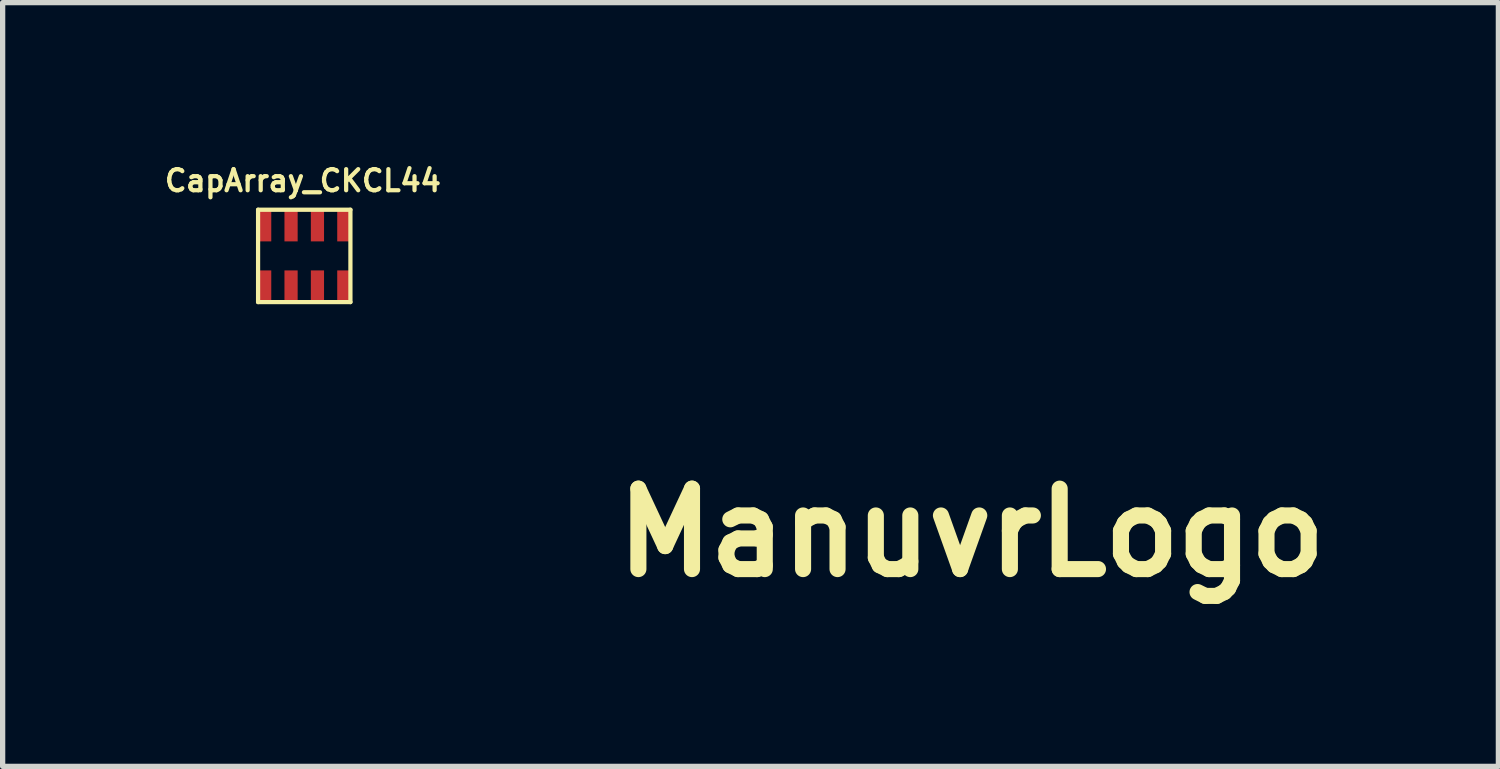
<source format=kicad_pcb>
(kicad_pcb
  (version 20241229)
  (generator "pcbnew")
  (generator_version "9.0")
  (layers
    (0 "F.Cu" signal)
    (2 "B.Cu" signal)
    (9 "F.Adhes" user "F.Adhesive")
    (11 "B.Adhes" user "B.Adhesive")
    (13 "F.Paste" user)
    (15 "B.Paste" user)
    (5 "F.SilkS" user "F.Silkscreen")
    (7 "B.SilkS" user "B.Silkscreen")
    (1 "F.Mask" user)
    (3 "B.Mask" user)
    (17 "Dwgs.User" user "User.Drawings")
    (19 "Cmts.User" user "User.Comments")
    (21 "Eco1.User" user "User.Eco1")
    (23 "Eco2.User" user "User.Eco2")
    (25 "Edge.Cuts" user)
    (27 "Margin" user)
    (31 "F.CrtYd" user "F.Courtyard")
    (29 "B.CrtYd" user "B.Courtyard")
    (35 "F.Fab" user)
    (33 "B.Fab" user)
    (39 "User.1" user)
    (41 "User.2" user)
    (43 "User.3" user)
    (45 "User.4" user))
  (footprint "ManuvrLogo"
    (layer "F.Cu")
    (at 15.36 3.369)
    (property "Reference" "ManuvrLogo" (at 0 3.675 0) (layer "F.SilkS") (effects (font (size 1.524 1.524) (thickness 0.305))))
    (attr through_hole)
    (fp_poly (pts (xy 0.584 -1.001) (xy 0.544 -0.998) (xy 0.429 -0.983) (xy 0.323 -0.965) (xy 0.226 -0.945) (xy 0.135 -0.922) (xy 0.122 -0.917) (xy 0.086 -0.907) (xy 0.051 -0.899) (xy 0.02 -0.892) (xy 0 -0.889) (xy -0.036 -0.886) (xy -0.033 -2.014) (xy -0.03 -3.142) (xy -0.015 -3.183) (xy 0.013 -3.241) (xy 0.053 -3.289) (xy 0.104 -3.325) (xy 0.16 -3.353) (xy 0.226 -3.368) (xy 0.246 -3.368) (xy 0.318 -3.368) (xy 0.381 -3.355) (xy 0.437 -3.33) (xy 0.488 -3.294) (xy 0.531 -3.246) (xy 0.559 -3.195) (xy 0.582 -3.15) (xy 0.582 -2.075) (xy 0.584 -1.001)) (stroke (width 0.003) (type solid)) (fill yes) (layer "F.Mask"))
    (fp_poly (pts (xy 1.572 -0.838) (xy 1.547 -0.838) (xy 1.527 -0.841) (xy 1.509 -0.843) (xy 1.509 -0.846) (xy 1.499 -0.851) (xy 1.478 -0.859) (xy 1.448 -0.869) (xy 1.415 -0.881) (xy 1.402 -0.884) (xy 1.318 -0.912) (xy 1.224 -0.937) (xy 1.133 -0.958) (xy 1.044 -0.975) (xy 1.031 -0.978) (xy 0.95 -0.991) (xy 0.953 -1.938) (xy 0.955 -2.888) (xy 0.97 -2.926) (xy 1.001 -2.982) (xy 1.041 -3.03) (xy 1.09 -3.068) (xy 1.143 -3.096) (xy 1.153 -3.099) (xy 1.194 -3.109) (xy 1.242 -3.114) (xy 1.29 -3.111) (xy 1.339 -3.106) (xy 1.377 -3.099) (xy 1.435 -3.071) (xy 1.483 -3.03) (xy 1.524 -2.982) (xy 1.552 -2.929) (xy 1.57 -2.888) (xy 1.57 -1.864) (xy 1.572 -0.838)) (stroke (width 0.003) (type solid)) (fill yes) (layer "F.Mask"))
    (fp_poly (pts (xy -0.516 -0.617) (xy -0.569 -0.577) (xy -0.653 -0.513) (xy -0.737 -0.439) (xy -0.82 -0.361) (xy -0.902 -0.277) (xy -0.975 -0.191) (xy -0.978 -0.185) (xy -1.003 -0.155) (xy -1.026 -0.124) (xy -1.046 -0.099) (xy -1.062 -0.079) (xy -1.064 -0.074) (xy -1.077 -0.058) (xy -1.092 -0.051) (xy -1.105 -0.048) (xy -1.128 -0.048) (xy -1.125 -1.425) (xy -1.125 -2.804) (xy -1.102 -2.85) (xy -1.069 -2.906) (xy -1.024 -2.951) (xy -0.973 -2.987) (xy -0.96 -2.992) (xy -0.94 -3.002) (xy -0.922 -3.007) (xy -0.907 -3.012) (xy -0.886 -3.015) (xy -0.859 -3.015) (xy -0.82 -3.015) (xy -0.729 -3.015) (xy -0.676 -2.99) (xy -0.62 -2.954) (xy -0.574 -2.911) (xy -0.538 -2.855) (xy -0.536 -2.85) (xy -0.518 -2.809) (xy -0.516 -1.714) (xy -0.516 -0.617)) (stroke (width 0.003) (type solid)) (fill yes) (layer "F.Mask"))
    (fp_poly (pts (xy 2.532 -0.076) (xy 2.507 -0.076) (xy 2.494 -0.079) (xy 2.482 -0.084) (xy 2.469 -0.097) (xy 2.454 -0.114) (xy 2.383 -0.206) (xy 2.304 -0.295) (xy 2.215 -0.384) (xy 2.126 -0.467) (xy 2.035 -0.544) (xy 1.943 -0.61) (xy 1.91 -0.632) (xy 1.91 -1.471) (xy 1.91 -1.6) (xy 1.91 -1.714) (xy 1.91 -1.819) (xy 1.91 -1.908) (xy 1.913 -1.989) (xy 1.913 -2.057) (xy 1.913 -2.116) (xy 1.913 -2.167) (xy 1.913 -2.21) (xy 1.915 -2.245) (xy 1.915 -2.276) (xy 1.915 -2.299) (xy 1.918 -2.316) (xy 1.918 -2.332) (xy 1.92 -2.342) (xy 1.92 -2.349) (xy 1.923 -2.352) (xy 1.946 -2.413) (xy 1.979 -2.466) (xy 2.022 -2.51) (xy 2.073 -2.54) (xy 2.134 -2.563) (xy 2.169 -2.57) (xy 2.238 -2.573) (xy 2.301 -2.565) (xy 2.36 -2.545) (xy 2.413 -2.515) (xy 2.456 -2.474) (xy 2.492 -2.426) (xy 2.515 -2.37) (xy 2.525 -2.334) (xy 2.525 -2.322) (xy 2.527 -2.296) (xy 2.527 -2.256) (xy 2.527 -2.202) (xy 2.53 -2.134) (xy 2.53 -2.055) (xy 2.53 -1.963) (xy 2.53 -1.857) (xy 2.532 -1.74) (xy 2.532 -1.61) (xy 2.532 -1.471) (xy 2.532 -1.316) (xy 2.532 -1.186) (xy 2.532 -0.076)) (stroke (width 0.003) (type solid)) (fill yes) (layer "F.Mask"))
    (fp_poly (pts (xy 1.565 1.181) (xy 1.562 1.242) (xy 1.56 1.298) (xy 1.554 1.333) (xy 1.529 1.438) (xy 1.491 1.537) (xy 1.443 1.631) (xy 1.382 1.714) (xy 1.313 1.791) (xy 1.234 1.859) (xy 1.148 1.915) (xy 1.052 1.963) (xy 0.95 1.999) (xy 0.899 2.012) (xy 0.864 2.017) (xy 0.82 2.022) (xy 0.772 2.024) (xy 0.724 2.027) (xy 0.676 2.029) (xy 0.638 2.027) (xy 0.617 2.027) (xy 0.505 2.007) (xy 0.401 1.976) (xy 0.302 1.933) (xy 0.211 1.88) (xy 0.13 1.814) (xy 0.053 1.737) (xy -0.008 1.651) (xy -0.025 1.626) (xy -0.071 1.539) (xy -0.107 1.45) (xy -0.13 1.359) (xy -0.142 1.262) (xy -0.145 1.158) (xy -0.145 1.128) (xy -0.142 1.069) (xy -0.137 1.021) (xy -0.127 0.975) (xy -0.122 0.955) (xy -0.089 0.851) (xy -0.046 0.752) (xy 0.008 0.663) (xy 0.076 0.582) (xy 0.152 0.508) (xy 0.239 0.447) (xy 0.333 0.394) (xy 0.429 0.356) (xy 0.48 0.34) (xy 0.526 0.33) (xy 0.572 0.323) (xy 0.622 0.318) (xy 0.678 0.318) (xy 0.744 0.318) (xy 0.818 0.323) (xy 0.879 0.328) (xy 0.935 0.338) (xy 0.988 0.356) (xy 1.044 0.376) (xy 1.085 0.394) (xy 1.181 0.447) (xy 1.267 0.511) (xy 1.346 0.584) (xy 1.412 0.665) (xy 1.468 0.757) (xy 1.511 0.853) (xy 1.544 0.958) (xy 1.554 1.013) (xy 1.56 1.062) (xy 1.565 1.118) (xy 1.565 1.181)) (stroke (width 0.003) (type solid)) (fill yes) (layer "F.Mask"))
    (fp_poly (pts (xy -1.427 0.759) (xy -1.44 0.843) (xy -1.458 1.003) (xy -1.466 1.161) (xy -1.46 1.311) (xy -1.445 1.453) (xy -1.445 1.46) (xy -1.44 1.496) (xy -1.435 1.532) (xy -1.433 1.56) (xy -1.43 1.58) (xy -1.433 1.598) (xy -1.438 1.605) (xy -1.45 1.608) (xy -1.453 1.608) (xy -1.458 1.608) (xy -1.463 1.605) (xy -1.468 1.6) (xy -1.478 1.595) (xy -1.488 1.585) (xy -1.504 1.572) (xy -1.521 1.557) (xy -1.542 1.537) (xy -1.57 1.511) (xy -1.6 1.481) (xy -1.638 1.445) (xy -1.679 1.402) (xy -1.73 1.354) (xy -1.786 1.298) (xy -1.849 1.234) (xy -1.92 1.163) (xy -2.002 1.082) (xy -2.09 0.993) (xy -2.187 0.897) (xy -2.215 0.869) (xy -2.319 0.765) (xy -2.41 0.671) (xy -2.497 0.587) (xy -2.573 0.511) (xy -2.642 0.442) (xy -2.7 0.381) (xy -2.753 0.328) (xy -2.802 0.279) (xy -2.84 0.239) (xy -2.875 0.201) (xy -2.903 0.17) (xy -2.929 0.142) (xy -2.946 0.117) (xy -2.962 0.097) (xy -2.974 0.079) (xy -2.982 0.064) (xy -2.99 0.048) (xy -2.992 0.033) (xy -2.995 0.02) (xy -2.995 0.008) (xy -2.995 -0.003) (xy -2.995 -0.018) (xy -2.995 -0.036) (xy -2.995 -0.048) (xy -2.992 -0.089) (xy -2.992 -0.117) (xy -2.99 -0.14) (xy -2.985 -0.16) (xy -2.977 -0.178) (xy -2.959 -0.213) (xy -2.931 -0.249) (xy -2.898 -0.284) (xy -2.865 -0.312) (xy -2.852 -0.32) (xy -2.802 -0.343) (xy -2.743 -0.356) (xy -2.68 -0.358) (xy -2.619 -0.353) (xy -2.56 -0.335) (xy -2.527 -0.32) (xy -2.517 -0.312) (xy -2.499 -0.3) (xy -2.477 -0.277) (xy -2.443 -0.246) (xy -2.405 -0.211) (xy -2.357 -0.165) (xy -2.301 -0.109) (xy -2.238 -0.046) (xy -2.164 0.025) (xy -2.083 0.107) (xy -1.989 0.198) (xy -1.961 0.229) (xy -1.427 0.759)) (stroke (width 0.003) (type solid)) (fill yes) (layer "F.Mask"))
    (fp_poly (pts (xy 2.537 1.199) (xy 2.537 1.27) (xy 2.535 1.336) (xy 2.53 1.392) (xy 2.527 1.41) (xy 2.502 1.57) (xy 2.461 1.722) (xy 2.408 1.872) (xy 2.342 2.017) (xy 2.263 2.154) (xy 2.172 2.289) (xy 2.134 2.337) (xy 2.088 2.388) (xy 2.037 2.441) (xy 1.986 2.494) (xy 1.933 2.545) (xy 1.923 2.553) (xy 1.923 1.143) (xy 1.913 1.021) (xy 1.9 0.947) (xy 1.867 0.82) (xy 1.821 0.699) (xy 1.765 0.584) (xy 1.697 0.475) (xy 1.618 0.376) (xy 1.529 0.284) (xy 1.43 0.203) (xy 1.323 0.132) (xy 1.212 0.071) (xy 1.09 0.023) (xy 1.082 0.02) (xy 1.019 0) (xy 0.963 -0.013) (xy 0.912 -0.023) (xy 0.859 -0.03) (xy 0.805 -0.036) (xy 0.742 -0.036) (xy 0.709 -0.038) (xy 0.64 -0.036) (xy 0.582 -0.033) (xy 0.528 -0.028) (xy 0.478 -0.018) (xy 0.424 -0.005) (xy 0.366 0.01) (xy 0.335 0.02) (xy 0.213 0.069) (xy 0.099 0.127) (xy -0.008 0.198) (xy -0.107 0.279) (xy -0.196 0.371) (xy -0.274 0.472) (xy -0.345 0.579) (xy -0.401 0.696) (xy -0.442 0.8) (xy -0.475 0.907) (xy -0.495 1.011) (xy -0.505 1.113) (xy -0.505 1.217) (xy -0.493 1.341) (xy -0.467 1.466) (xy -0.429 1.585) (xy -0.378 1.702) (xy -0.315 1.811) (xy -0.244 1.913) (xy -0.163 2.009) (xy -0.069 2.095) (xy 0.028 2.172) (xy 0.137 2.24) (xy 0.185 2.263) (xy 0.307 2.316) (xy 0.432 2.355) (xy 0.556 2.377) (xy 0.683 2.388) (xy 0.81 2.383) (xy 0.904 2.37) (xy 1.021 2.342) (xy 1.138 2.304) (xy 1.252 2.253) (xy 1.359 2.192) (xy 1.458 2.121) (xy 1.554 2.035) (xy 1.638 1.943) (xy 1.714 1.841) (xy 1.781 1.735) (xy 1.834 1.623) (xy 1.875 1.506) (xy 1.902 1.387) (xy 1.92 1.265) (xy 1.923 1.143) (xy 1.923 2.553) (xy 1.887 2.586) (xy 1.872 2.598) (xy 1.742 2.692) (xy 1.605 2.776) (xy 1.463 2.847) (xy 1.316 2.906) (xy 1.163 2.949) (xy 1.008 2.982) (xy 0.848 3) (xy 0.693 3.002) (xy 0.655 3.002) (xy 0.62 3.002) (xy 0.589 3) (xy 0.569 3) (xy 0.566 3) (xy 0.404 2.979) (xy 0.244 2.946) (xy 0.091 2.901) (xy -0.053 2.842) (xy -0.196 2.771) (xy -0.33 2.69) (xy -0.457 2.593) (xy -0.475 2.578) (xy -0.592 2.471) (xy -0.699 2.355) (xy -0.792 2.23) (xy -0.879 2.098) (xy -0.95 1.961) (xy -1.011 1.816) (xy -1.059 1.666) (xy -1.092 1.511) (xy -1.115 1.359) (xy -1.12 1.273) (xy -1.12 1.179) (xy -1.118 1.082) (xy -1.113 0.986) (xy -1.102 0.894) (xy -1.09 0.808) (xy -1.082 0.765) (xy -1.041 0.612) (xy -0.988 0.465) (xy -0.922 0.323) (xy -0.846 0.191) (xy -0.759 0.064) (xy -0.663 -0.053) (xy -0.556 -0.163) (xy -0.439 -0.262) (xy -0.318 -0.353) (xy -0.185 -0.432) (xy -0.048 -0.5) (xy 0.094 -0.559) (xy 0.244 -0.602) (xy 0.33 -0.622) (xy 0.396 -0.635) (xy 0.455 -0.643) (xy 0.513 -0.65) (xy 0.572 -0.655) (xy 0.638 -0.655) (xy 0.711 -0.658) (xy 0.861 -0.653) (xy 1.003 -0.638) (xy 1.138 -0.612) (xy 1.267 -0.577) (xy 1.4 -0.531) (xy 1.529 -0.472) (xy 1.557 -0.457) (xy 1.692 -0.381) (xy 1.821 -0.292) (xy 1.941 -0.193) (xy 2.05 -0.086) (xy 2.151 0.028) (xy 2.24 0.152) (xy 2.322 0.284) (xy 2.388 0.424) (xy 2.446 0.566) (xy 2.489 0.716) (xy 2.52 0.869) (xy 2.527 0.935) (xy 2.532 0.991) (xy 2.537 1.054) (xy 2.537 1.125) (xy 2.537 1.199)) (stroke (width 0.003) (type solid)) (fill yes) (layer "F.Mask")))
  (footprint "CapArray_CKCL44"
    (layer "F.Cu")
    (at 2.715 1.799)
    (property "Reference" "CapArray_CKCL44" (at -0.025 -1.425 0) (layer "F.SilkS") (effects (font (size 0.4 0.4) (thickness 0.08))))
    (attr smd)
    (fp_line (start -0.875 -0.875) (end -0.875 0.875) (stroke (width 0.08) (type solid)) (layer "F.SilkS"))
    (fp_line (start -0.875 -0.875) (end 0.875 -0.875) (stroke (width 0.08) (type solid)) (layer "F.SilkS"))
    (fp_line (start 0.875 -0.875) (end 0.875 0.875) (stroke (width 0.08) (type solid)) (layer "F.SilkS"))
    (fp_line (start 0.875 0.875) (end -0.875 0.875) (stroke (width 0.08) (type solid)) (layer "F.SilkS"))
    (pad "1" smd rect (at -0.75 0.575) (size 0.25 0.6) (layers "F.Cu" "F.Mask" "F.Paste"))
    (pad "2" smd rect (at -0.75 -0.575) (size 0.25 0.6) (layers "F.Cu" "F.Mask" "F.Paste"))
    (pad "3" smd rect (at -0.25 0.575) (size 0.25 0.6) (layers "F.Cu" "F.Mask" "F.Paste"))
    (pad "4" smd rect (at -0.25 -0.575) (size 0.25 0.6) (layers "F.Cu" "F.Mask" "F.Paste"))
    (pad "5" smd rect (at 0.25 0.575) (size 0.25 0.6) (layers "F.Cu" "F.Mask" "F.Paste"))
    (pad "6" smd rect (at 0.25 -0.575) (size 0.25 0.6) (layers "F.Cu" "F.Mask" "F.Paste"))
    (pad "7" smd rect (at 0.75 0.575) (size 0.25 0.6) (layers "F.Cu" "F.Mask" "F.Paste"))
    (pad "8" smd rect (at 0.75 -0.575) (size 0.25 0.6) (layers "F.Cu" "F.Mask" "F.Paste")))
  (gr_rect
    (start -3 -3)
    (end 25.342 11.471)
    (stroke (width 0.1) (type default))
    (fill no)
    (layer "Edge.Cuts")))
</source>
